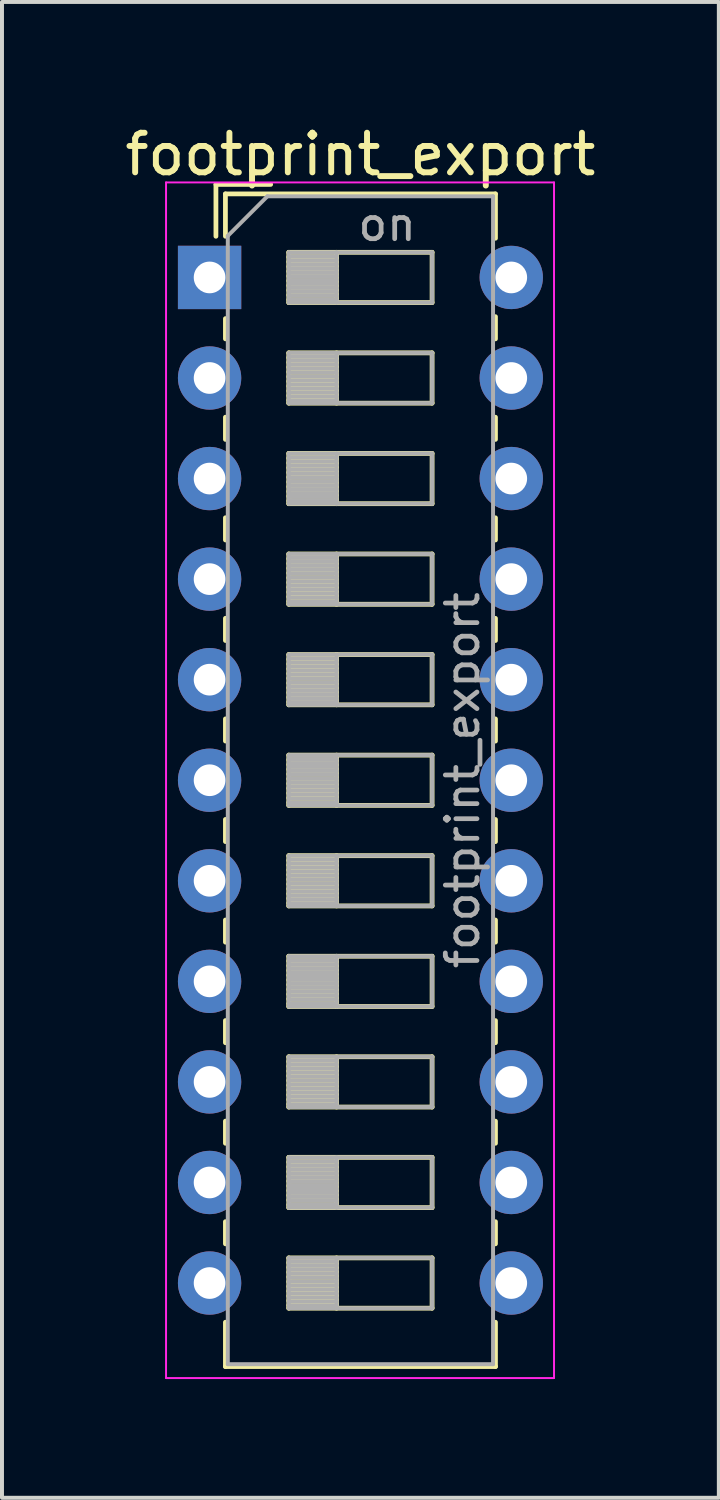
<source format=kicad_pcb>
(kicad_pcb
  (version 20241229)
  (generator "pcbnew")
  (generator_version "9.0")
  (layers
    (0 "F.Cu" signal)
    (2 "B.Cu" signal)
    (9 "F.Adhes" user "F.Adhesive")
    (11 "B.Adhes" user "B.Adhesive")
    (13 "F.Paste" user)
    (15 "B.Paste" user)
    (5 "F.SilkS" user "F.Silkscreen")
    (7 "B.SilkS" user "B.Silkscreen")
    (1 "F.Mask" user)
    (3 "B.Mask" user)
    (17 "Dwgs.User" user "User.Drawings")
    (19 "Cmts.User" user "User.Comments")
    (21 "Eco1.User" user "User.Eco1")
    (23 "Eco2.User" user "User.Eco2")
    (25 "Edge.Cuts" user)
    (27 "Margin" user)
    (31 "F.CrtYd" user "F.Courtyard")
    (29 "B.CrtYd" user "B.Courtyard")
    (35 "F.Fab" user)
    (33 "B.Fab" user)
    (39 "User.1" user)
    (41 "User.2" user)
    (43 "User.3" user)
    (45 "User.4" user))
  (footprint "footprint_export"
    (layer "F.Cu")
    (at 2.244 3.958)
    (property "Reference" "footprint_export" (at 3.81 -3.11 0) (layer "F.SilkS") (effects (font (size 1 1) (thickness 0.15))))
    (attr through_hole)
    (fp_line (start 0.16 -2.35) (end 0.16 -1.04) (stroke (width 0.12) (type solid)) (layer "F.SilkS"))
    (fp_line (start 0.16 -2.35) (end 1.543 -2.35) (stroke (width 0.12) (type solid)) (layer "F.SilkS"))
    (fp_line (start 0.4 -2.11) (end 0.4 -1.04) (stroke (width 0.12) (type solid)) (layer "F.SilkS"))
    (fp_line (start 0.4 -2.11) (end 7.221 -2.11) (stroke (width 0.12) (type solid)) (layer "F.SilkS"))
    (fp_line (start 0.4 1.04) (end 0.4 1.551) (stroke (width 0.12) (type solid)) (layer "F.SilkS"))
    (fp_line (start 0.4 3.53) (end 0.4 4.091) (stroke (width 0.12) (type solid)) (layer "F.SilkS"))
    (fp_line (start 0.4 6.07) (end 0.4 6.631) (stroke (width 0.12) (type solid)) (layer "F.SilkS"))
    (fp_line (start 0.4 8.61) (end 0.4 9.17) (stroke (width 0.12) (type solid)) (layer "F.SilkS"))
    (fp_line (start 0.4 11.15) (end 0.4 11.71) (stroke (width 0.12) (type solid)) (layer "F.SilkS"))
    (fp_line (start 0.4 13.69) (end 0.4 14.25) (stroke (width 0.12) (type solid)) (layer "F.SilkS"))
    (fp_line (start 0.4 16.23) (end 0.4 16.79) (stroke (width 0.12) (type solid)) (layer "F.SilkS"))
    (fp_line (start 0.4 18.77) (end 0.4 19.33) (stroke (width 0.12) (type solid)) (layer "F.SilkS"))
    (fp_line (start 0.4 21.31) (end 0.4 21.87) (stroke (width 0.12) (type solid)) (layer "F.SilkS"))
    (fp_line (start 0.4 23.85) (end 0.4 24.41) (stroke (width 0.12) (type solid)) (layer "F.SilkS"))
    (fp_line (start 0.4 26.39) (end 0.4 27.51) (stroke (width 0.12) (type solid)) (layer "F.SilkS"))
    (fp_line (start 0.4 27.51) (end 7.221 27.51) (stroke (width 0.12) (type solid)) (layer "F.SilkS"))
    (fp_line (start 2 -0.635) (end 2 0.635) (stroke (width 0.12) (type solid)) (layer "F.SilkS"))
    (fp_line (start 2 -0.515) (end 3.207 -0.515) (stroke (width 0.12) (type solid)) (layer "F.SilkS"))
    (fp_line (start 2 -0.395) (end 3.207 -0.395) (stroke (width 0.12) (type solid)) (layer "F.SilkS"))
    (fp_line (start 2 -0.275) (end 3.207 -0.275) (stroke (width 0.12) (type solid)) (layer "F.SilkS"))
    (fp_line (start 2 -0.155) (end 3.207 -0.155) (stroke (width 0.12) (type solid)) (layer "F.SilkS"))
    (fp_line (start 2 -0.035) (end 3.207 -0.035) (stroke (width 0.12) (type solid)) (layer "F.SilkS"))
    (fp_line (start 2 0.085) (end 3.207 0.085) (stroke (width 0.12) (type solid)) (layer "F.SilkS"))
    (fp_line (start 2 0.205) (end 3.207 0.205) (stroke (width 0.12) (type solid)) (layer "F.SilkS"))
    (fp_line (start 2 0.325) (end 3.207 0.325) (stroke (width 0.12) (type solid)) (layer "F.SilkS"))
    (fp_line (start 2 0.445) (end 3.207 0.445) (stroke (width 0.12) (type solid)) (layer "F.SilkS"))
    (fp_line (start 2 0.565) (end 3.207 0.565) (stroke (width 0.12) (type solid)) (layer "F.SilkS"))
    (fp_line (start 2 0.635) (end 5.62 0.635) (stroke (width 0.12) (type solid)) (layer "F.SilkS"))
    (fp_line (start 2 1.905) (end 2 3.175) (stroke (width 0.12) (type solid)) (layer "F.SilkS"))
    (fp_line (start 2 2.025) (end 3.207 2.025) (stroke (width 0.12) (type solid)) (layer "F.SilkS"))
    (fp_line (start 2 2.145) (end 3.207 2.145) (stroke (width 0.12) (type solid)) (layer "F.SilkS"))
    (fp_line (start 2 2.265) (end 3.207 2.265) (stroke (width 0.12) (type solid)) (layer "F.SilkS"))
    (fp_line (start 2 2.385) (end 3.207 2.385) (stroke (width 0.12) (type solid)) (layer "F.SilkS"))
    (fp_line (start 2 2.505) (end 3.207 2.505) (stroke (width 0.12) (type solid)) (layer "F.SilkS"))
    (fp_line (start 2 2.625) (end 3.207 2.625) (stroke (width 0.12) (type solid)) (layer "F.SilkS"))
    (fp_line (start 2 2.745) (end 3.207 2.745) (stroke (width 0.12) (type solid)) (layer "F.SilkS"))
    (fp_line (start 2 2.865) (end 3.207 2.865) (stroke (width 0.12) (type solid)) (layer "F.SilkS"))
    (fp_line (start 2 2.985) (end 3.207 2.985) (stroke (width 0.12) (type solid)) (layer "F.SilkS"))
    (fp_line (start 2 3.105) (end 3.207 3.105) (stroke (width 0.12) (type solid)) (layer "F.SilkS"))
    (fp_line (start 2 3.175) (end 5.62 3.175) (stroke (width 0.12) (type solid)) (layer "F.SilkS"))
    (fp_line (start 2 4.445) (end 2 5.715) (stroke (width 0.12) (type solid)) (layer "F.SilkS"))
    (fp_line (start 2 4.565) (end 3.207 4.565) (stroke (width 0.12) (type solid)) (layer "F.SilkS"))
    (fp_line (start 2 4.685) (end 3.207 4.685) (stroke (width 0.12) (type solid)) (layer "F.SilkS"))
    (fp_line (start 2 4.805) (end 3.207 4.805) (stroke (width 0.12) (type solid)) (layer "F.SilkS"))
    (fp_line (start 2 4.925) (end 3.207 4.925) (stroke (width 0.12) (type solid)) (layer "F.SilkS"))
    (fp_line (start 2 5.045) (end 3.207 5.045) (stroke (width 0.12) (type solid)) (layer "F.SilkS"))
    (fp_line (start 2 5.165) (end 3.207 5.165) (stroke (width 0.12) (type solid)) (layer "F.SilkS"))
    (fp_line (start 2 5.285) (end 3.207 5.285) (stroke (width 0.12) (type solid)) (layer "F.SilkS"))
    (fp_line (start 2 5.405) (end 3.207 5.405) (stroke (width 0.12) (type solid)) (layer "F.SilkS"))
    (fp_line (start 2 5.525) (end 3.207 5.525) (stroke (width 0.12) (type solid)) (layer "F.SilkS"))
    (fp_line (start 2 5.645) (end 3.207 5.645) (stroke (width 0.12) (type solid)) (layer "F.SilkS"))
    (fp_line (start 2 5.715) (end 5.62 5.715) (stroke (width 0.12) (type solid)) (layer "F.SilkS"))
    (fp_line (start 2 6.985) (end 2 8.255) (stroke (width 0.12) (type solid)) (layer "F.SilkS"))
    (fp_line (start 2 7.105) (end 3.207 7.105) (stroke (width 0.12) (type solid)) (layer "F.SilkS"))
    (fp_line (start 2 7.225) (end 3.207 7.225) (stroke (width 0.12) (type solid)) (layer "F.SilkS"))
    (fp_line (start 2 7.345) (end 3.207 7.345) (stroke (width 0.12) (type solid)) (layer "F.SilkS"))
    (fp_line (start 2 7.465) (end 3.207 7.465) (stroke (width 0.12) (type solid)) (layer "F.SilkS"))
    (fp_line (start 2 7.585) (end 3.207 7.585) (stroke (width 0.12) (type solid)) (layer "F.SilkS"))
    (fp_line (start 2 7.705) (end 3.207 7.705) (stroke (width 0.12) (type solid)) (layer "F.SilkS"))
    (fp_line (start 2 7.825) (end 3.207 7.825) (stroke (width 0.12) (type solid)) (layer "F.SilkS"))
    (fp_line (start 2 7.945) (end 3.207 7.945) (stroke (width 0.12) (type solid)) (layer "F.SilkS"))
    (fp_line (start 2 8.065) (end 3.207 8.065) (stroke (width 0.12) (type solid)) (layer "F.SilkS"))
    (fp_line (start 2 8.185) (end 3.207 8.185) (stroke (width 0.12) (type solid)) (layer "F.SilkS"))
    (fp_line (start 2 8.255) (end 5.62 8.255) (stroke (width 0.12) (type solid)) (layer "F.SilkS"))
    (fp_line (start 2 9.525) (end 2 10.795) (stroke (width 0.12) (type solid)) (layer "F.SilkS"))
    (fp_line (start 2 9.645) (end 3.207 9.645) (stroke (width 0.12) (type solid)) (layer "F.SilkS"))
    (fp_line (start 2 9.765) (end 3.207 9.765) (stroke (width 0.12) (type solid)) (layer "F.SilkS"))
    (fp_line (start 2 9.885) (end 3.207 9.885) (stroke (width 0.12) (type solid)) (layer "F.SilkS"))
    (fp_line (start 2 10.005) (end 3.207 10.005) (stroke (width 0.12) (type solid)) (layer "F.SilkS"))
    (fp_line (start 2 10.125) (end 3.207 10.125) (stroke (width 0.12) (type solid)) (layer "F.SilkS"))
    (fp_line (start 2 10.245) (end 3.207 10.245) (stroke (width 0.12) (type solid)) (layer "F.SilkS"))
    (fp_line (start 2 10.365) (end 3.207 10.365) (stroke (width 0.12) (type solid)) (layer "F.SilkS"))
    (fp_line (start 2 10.485) (end 3.207 10.485) (stroke (width 0.12) (type solid)) (layer "F.SilkS"))
    (fp_line (start 2 10.605) (end 3.207 10.605) (stroke (width 0.12) (type solid)) (layer "F.SilkS"))
    (fp_line (start 2 10.725) (end 3.207 10.725) (stroke (width 0.12) (type solid)) (layer "F.SilkS"))
    (fp_line (start 2 10.795) (end 5.62 10.795) (stroke (width 0.12) (type solid)) (layer "F.SilkS"))
    (fp_line (start 2 12.065) (end 2 13.335) (stroke (width 0.12) (type solid)) (layer "F.SilkS"))
    (fp_line (start 2 12.185) (end 3.207 12.185) (stroke (width 0.12) (type solid)) (layer "F.SilkS"))
    (fp_line (start 2 12.305) (end 3.207 12.305) (stroke (width 0.12) (type solid)) (layer "F.SilkS"))
    (fp_line (start 2 12.425) (end 3.207 12.425) (stroke (width 0.12) (type solid)) (layer "F.SilkS"))
    (fp_line (start 2 12.545) (end 3.207 12.545) (stroke (width 0.12) (type solid)) (layer "F.SilkS"))
    (fp_line (start 2 12.665) (end 3.207 12.665) (stroke (width 0.12) (type solid)) (layer "F.SilkS"))
    (fp_line (start 2 12.785) (end 3.207 12.785) (stroke (width 0.12) (type solid)) (layer "F.SilkS"))
    (fp_line (start 2 12.905) (end 3.207 12.905) (stroke (width 0.12) (type solid)) (layer "F.SilkS"))
    (fp_line (start 2 13.025) (end 3.207 13.025) (stroke (width 0.12) (type solid)) (layer "F.SilkS"))
    (fp_line (start 2 13.145) (end 3.207 13.145) (stroke (width 0.12) (type solid)) (layer "F.SilkS"))
    (fp_line (start 2 13.265) (end 3.207 13.265) (stroke (width 0.12) (type solid)) (layer "F.SilkS"))
    (fp_line (start 2 13.335) (end 5.62 13.335) (stroke (width 0.12) (type solid)) (layer "F.SilkS"))
    (fp_line (start 2 14.605) (end 2 15.875) (stroke (width 0.12) (type solid)) (layer "F.SilkS"))
    (fp_line (start 2 14.725) (end 3.207 14.725) (stroke (width 0.12) (type solid)) (layer "F.SilkS"))
    (fp_line (start 2 14.845) (end 3.207 14.845) (stroke (width 0.12) (type solid)) (layer "F.SilkS"))
    (fp_line (start 2 14.965) (end 3.207 14.965) (stroke (width 0.12) (type solid)) (layer "F.SilkS"))
    (fp_line (start 2 15.085) (end 3.207 15.085) (stroke (width 0.12) (type solid)) (layer "F.SilkS"))
    (fp_line (start 2 15.205) (end 3.207 15.205) (stroke (width 0.12) (type solid)) (layer "F.SilkS"))
    (fp_line (start 2 15.325) (end 3.207 15.325) (stroke (width 0.12) (type solid)) (layer "F.SilkS"))
    (fp_line (start 2 15.445) (end 3.207 15.445) (stroke (width 0.12) (type solid)) (layer "F.SilkS"))
    (fp_line (start 2 15.565) (end 3.207 15.565) (stroke (width 0.12) (type solid)) (layer "F.SilkS"))
    (fp_line (start 2 15.685) (end 3.207 15.685) (stroke (width 0.12) (type solid)) (layer "F.SilkS"))
    (fp_line (start 2 15.805) (end 3.207 15.805) (stroke (width 0.12) (type solid)) (layer "F.SilkS"))
    (fp_line (start 2 15.875) (end 5.62 15.875) (stroke (width 0.12) (type solid)) (layer "F.SilkS"))
    (fp_line (start 2 17.145) (end 2 18.415) (stroke (width 0.12) (type solid)) (layer "F.SilkS"))
    (fp_line (start 2 17.265) (end 3.207 17.265) (stroke (width 0.12) (type solid)) (layer "F.SilkS"))
    (fp_line (start 2 17.385) (end 3.207 17.385) (stroke (width 0.12) (type solid)) (layer "F.SilkS"))
    (fp_line (start 2 17.505) (end 3.207 17.505) (stroke (width 0.12) (type solid)) (layer "F.SilkS"))
    (fp_line (start 2 17.625) (end 3.207 17.625) (stroke (width 0.12) (type solid)) (layer "F.SilkS"))
    (fp_line (start 2 17.745) (end 3.207 17.745) (stroke (width 0.12) (type solid)) (layer "F.SilkS"))
    (fp_line (start 2 17.865) (end 3.207 17.865) (stroke (width 0.12) (type solid)) (layer "F.SilkS"))
    (fp_line (start 2 17.985) (end 3.207 17.985) (stroke (width 0.12) (type solid)) (layer "F.SilkS"))
    (fp_line (start 2 18.105) (end 3.207 18.105) (stroke (width 0.12) (type solid)) (layer "F.SilkS"))
    (fp_line (start 2 18.225) (end 3.207 18.225) (stroke (width 0.12) (type solid)) (layer "F.SilkS"))
    (fp_line (start 2 18.345) (end 3.207 18.345) (stroke (width 0.12) (type solid)) (layer "F.SilkS"))
    (fp_line (start 2 18.415) (end 5.62 18.415) (stroke (width 0.12) (type solid)) (layer "F.SilkS"))
    (fp_line (start 2 19.685) (end 2 20.955) (stroke (width 0.12) (type solid)) (layer "F.SilkS"))
    (fp_line (start 2 19.805) (end 3.207 19.805) (stroke (width 0.12) (type solid)) (layer "F.SilkS"))
    (fp_line (start 2 19.925) (end 3.207 19.925) (stroke (width 0.12) (type solid)) (layer "F.SilkS"))
    (fp_line (start 2 20.045) (end 3.207 20.045) (stroke (width 0.12) (type solid)) (layer "F.SilkS"))
    (fp_line (start 2 20.165) (end 3.207 20.165) (stroke (width 0.12) (type solid)) (layer "F.SilkS"))
    (fp_line (start 2 20.285) (end 3.207 20.285) (stroke (width 0.12) (type solid)) (layer "F.SilkS"))
    (fp_line (start 2 20.405) (end 3.207 20.405) (stroke (width 0.12) (type solid)) (layer "F.SilkS"))
    (fp_line (start 2 20.525) (end 3.207 20.525) (stroke (width 0.12) (type solid)) (layer "F.SilkS"))
    (fp_line (start 2 20.645) (end 3.207 20.645) (stroke (width 0.12) (type solid)) (layer "F.SilkS"))
    (fp_line (start 2 20.765) (end 3.207 20.765) (stroke (width 0.12) (type solid)) (layer "F.SilkS"))
    (fp_line (start 2 20.885) (end 3.207 20.885) (stroke (width 0.12) (type solid)) (layer "F.SilkS"))
    (fp_line (start 2 20.955) (end 5.62 20.955) (stroke (width 0.12) (type solid)) (layer "F.SilkS"))
    (fp_line (start 2 22.225) (end 2 23.495) (stroke (width 0.12) (type solid)) (layer "F.SilkS"))
    (fp_line (start 2 22.345) (end 3.207 22.345) (stroke (width 0.12) (type solid)) (layer "F.SilkS"))
    (fp_line (start 2 22.465) (end 3.207 22.465) (stroke (width 0.12) (type solid)) (layer "F.SilkS"))
    (fp_line (start 2 22.585) (end 3.207 22.585) (stroke (width 0.12) (type solid)) (layer "F.SilkS"))
    (fp_line (start 2 22.705) (end 3.207 22.705) (stroke (width 0.12) (type solid)) (layer "F.SilkS"))
    (fp_line (start 2 22.825) (end 3.207 22.825) (stroke (width 0.12) (type solid)) (layer "F.SilkS"))
    (fp_line (start 2 22.945) (end 3.207 22.945) (stroke (width 0.12) (type solid)) (layer "F.SilkS"))
    (fp_line (start 2 23.065) (end 3.207 23.065) (stroke (width 0.12) (type solid)) (layer "F.SilkS"))
    (fp_line (start 2 23.185) (end 3.207 23.185) (stroke (width 0.12) (type solid)) (layer "F.SilkS"))
    (fp_line (start 2 23.305) (end 3.207 23.305) (stroke (width 0.12) (type solid)) (layer "F.SilkS"))
    (fp_line (start 2 23.425) (end 3.207 23.425) (stroke (width 0.12) (type solid)) (layer "F.SilkS"))
    (fp_line (start 2 23.495) (end 5.62 23.495) (stroke (width 0.12) (type solid)) (layer "F.SilkS"))
    (fp_line (start 2 24.765) (end 2 26.035) (stroke (width 0.12) (type solid)) (layer "F.SilkS"))
    (fp_line (start 2 24.885) (end 3.207 24.885) (stroke (width 0.12) (type solid)) (layer "F.SilkS"))
    (fp_line (start 2 25.005) (end 3.207 25.005) (stroke (width 0.12) (type solid)) (layer "F.SilkS"))
    (fp_line (start 2 25.125) (end 3.207 25.125) (stroke (width 0.12) (type solid)) (layer "F.SilkS"))
    (fp_line (start 2 25.245) (end 3.207 25.245) (stroke (width 0.12) (type solid)) (layer "F.SilkS"))
    (fp_line (start 2 25.365) (end 3.207 25.365) (stroke (width 0.12) (type solid)) (layer "F.SilkS"))
    (fp_line (start 2 25.485) (end 3.207 25.485) (stroke (width 0.12) (type solid)) (layer "F.SilkS"))
    (fp_line (start 2 25.605) (end 3.207 25.605) (stroke (width 0.12) (type solid)) (layer "F.SilkS"))
    (fp_line (start 2 25.725) (end 3.207 25.725) (stroke (width 0.12) (type solid)) (layer "F.SilkS"))
    (fp_line (start 2 25.845) (end 3.207 25.845) (stroke (width 0.12) (type solid)) (layer "F.SilkS"))
    (fp_line (start 2 25.965) (end 3.207 25.965) (stroke (width 0.12) (type solid)) (layer "F.SilkS"))
    (fp_line (start 2 26.035) (end 5.62 26.035) (stroke (width 0.12) (type solid)) (layer "F.SilkS"))
    (fp_line (start 3.207 -0.635) (end 3.207 0.635) (stroke (width 0.12) (type solid)) (layer "F.SilkS"))
    (fp_line (start 3.207 1.905) (end 3.207 3.175) (stroke (width 0.12) (type solid)) (layer "F.SilkS"))
    (fp_line (start 3.207 4.445) (end 3.207 5.715) (stroke (width 0.12) (type solid)) (layer "F.SilkS"))
    (fp_line (start 3.207 6.985) (end 3.207 8.255) (stroke (width 0.12) (type solid)) (layer "F.SilkS"))
    (fp_line (start 3.207 9.525) (end 3.207 10.795) (stroke (width 0.12) (type solid)) (layer "F.SilkS"))
    (fp_line (start 3.207 12.065) (end 3.207 13.335) (stroke (width 0.12) (type solid)) (layer "F.SilkS"))
    (fp_line (start 3.207 14.605) (end 3.207 15.875) (stroke (width 0.12) (type solid)) (layer "F.SilkS"))
    (fp_line (start 3.207 17.145) (end 3.207 18.415) (stroke (width 0.12) (type solid)) (layer "F.SilkS"))
    (fp_line (start 3.207 19.685) (end 3.207 20.955) (stroke (width 0.12) (type solid)) (layer "F.SilkS"))
    (fp_line (start 3.207 22.225) (end 3.207 23.495) (stroke (width 0.12) (type solid)) (layer "F.SilkS"))
    (fp_line (start 3.207 24.765) (end 3.207 26.035) (stroke (width 0.12) (type solid)) (layer "F.SilkS"))
    (fp_line (start 5.62 -0.635) (end 2 -0.635) (stroke (width 0.12) (type solid)) (layer "F.SilkS"))
    (fp_line (start 5.62 0.635) (end 5.62 -0.635) (stroke (width 0.12) (type solid)) (layer "F.SilkS"))
    (fp_line (start 5.62 1.905) (end 2 1.905) (stroke (width 0.12) (type solid)) (layer "F.SilkS"))
    (fp_line (start 5.62 3.175) (end 5.62 1.905) (stroke (width 0.12) (type solid)) (layer "F.SilkS"))
    (fp_line (start 5.62 4.445) (end 2 4.445) (stroke (width 0.12) (type solid)) (layer "F.SilkS"))
    (fp_line (start 5.62 5.715) (end 5.62 4.445) (stroke (width 0.12) (type solid)) (layer "F.SilkS"))
    (fp_line (start 5.62 6.985) (end 2 6.985) (stroke (width 0.12) (type solid)) (layer "F.SilkS"))
    (fp_line (start 5.62 8.255) (end 5.62 6.985) (stroke (width 0.12) (type solid)) (layer "F.SilkS"))
    (fp_line (start 5.62 9.525) (end 2 9.525) (stroke (width 0.12) (type solid)) (layer "F.SilkS"))
    (fp_line (start 5.62 10.795) (end 5.62 9.525) (stroke (width 0.12) (type solid)) (layer "F.SilkS"))
    (fp_line (start 5.62 12.065) (end 2 12.065) (stroke (width 0.12) (type solid)) (layer "F.SilkS"))
    (fp_line (start 5.62 13.335) (end 5.62 12.065) (stroke (width 0.12) (type solid)) (layer "F.SilkS"))
    (fp_line (start 5.62 14.605) (end 2 14.605) (stroke (width 0.12) (type solid)) (layer "F.SilkS"))
    (fp_line (start 5.62 15.875) (end 5.62 14.605) (stroke (width 0.12) (type solid)) (layer "F.SilkS"))
    (fp_line (start 5.62 17.145) (end 2 17.145) (stroke (width 0.12) (type solid)) (layer "F.SilkS"))
    (fp_line (start 5.62 18.415) (end 5.62 17.145) (stroke (width 0.12) (type solid)) (layer "F.SilkS"))
    (fp_line (start 5.62 19.685) (end 2 19.685) (stroke (width 0.12) (type solid)) (layer "F.SilkS"))
    (fp_line (start 5.62 20.955) (end 5.62 19.685) (stroke (width 0.12) (type solid)) (layer "F.SilkS"))
    (fp_line (start 5.62 22.225) (end 2 22.225) (stroke (width 0.12) (type solid)) (layer "F.SilkS"))
    (fp_line (start 5.62 23.495) (end 5.62 22.225) (stroke (width 0.12) (type solid)) (layer "F.SilkS"))
    (fp_line (start 5.62 24.765) (end 2 24.765) (stroke (width 0.12) (type solid)) (layer "F.SilkS"))
    (fp_line (start 5.62 26.035) (end 5.62 24.765) (stroke (width 0.12) (type solid)) (layer "F.SilkS"))
    (fp_line (start 7.221 -2.11) (end 7.221 -0.99) (stroke (width 0.12) (type solid)) (layer "F.SilkS"))
    (fp_line (start 7.221 0.991) (end 7.221 1.551) (stroke (width 0.12) (type solid)) (layer "F.SilkS"))
    (fp_line (start 7.221 3.531) (end 7.221 4.091) (stroke (width 0.12) (type solid)) (layer "F.SilkS"))
    (fp_line (start 7.221 6.071) (end 7.221 6.631) (stroke (width 0.12) (type solid)) (layer "F.SilkS"))
    (fp_line (start 7.221 8.611) (end 7.221 9.171) (stroke (width 0.12) (type solid)) (layer "F.SilkS"))
    (fp_line (start 7.221 11.151) (end 7.221 11.711) (stroke (width 0.12) (type solid)) (layer "F.SilkS"))
    (fp_line (start 7.221 13.691) (end 7.221 14.251) (stroke (width 0.12) (type solid)) (layer "F.SilkS"))
    (fp_line (start 7.221 16.231) (end 7.221 16.79) (stroke (width 0.12) (type solid)) (layer "F.SilkS"))
    (fp_line (start 7.221 18.771) (end 7.221 19.33) (stroke (width 0.12) (type solid)) (layer "F.SilkS"))
    (fp_line (start 7.221 21.311) (end 7.221 21.87) (stroke (width 0.12) (type solid)) (layer "F.SilkS"))
    (fp_line (start 7.221 23.85) (end 7.221 24.41) (stroke (width 0.12) (type solid)) (layer "F.SilkS"))
    (fp_line (start 7.221 26.39) (end 7.221 27.51) (stroke (width 0.12) (type solid)) (layer "F.SilkS"))
    (fp_line (start -1.1 -2.4) (end -1.1 27.8) (stroke (width 0.05) (type solid)) (layer "F.CrtYd"))
    (fp_line (start -1.1 27.8) (end 8.7 27.8) (stroke (width 0.05) (type solid)) (layer "F.CrtYd"))
    (fp_line (start 8.7 -2.4) (end -1.1 -2.4) (stroke (width 0.05) (type solid)) (layer "F.CrtYd"))
    (fp_line (start 8.7 27.8) (end 8.7 -2.4) (stroke (width 0.05) (type solid)) (layer "F.CrtYd"))
    (fp_line (start 0.46 -1.05) (end 1.46 -2.05) (stroke (width 0.1) (type solid)) (layer "F.Fab"))
    (fp_line (start 0.46 27.45) (end 0.46 -1.05) (stroke (width 0.1) (type solid)) (layer "F.Fab"))
    (fp_line (start 1.46 -2.05) (end 7.16 -2.05) (stroke (width 0.1) (type solid)) (layer "F.Fab"))
    (fp_line (start 2 -0.635) (end 2 0.635) (stroke (width 0.1) (type solid)) (layer "F.Fab"))
    (fp_line (start 2 -0.535) (end 3.207 -0.535) (stroke (width 0.1) (type solid)) (layer "F.Fab"))
    (fp_line (start 2 -0.435) (end 3.207 -0.435) (stroke (width 0.1) (type solid)) (layer "F.Fab"))
    (fp_line (start 2 -0.335) (end 3.207 -0.335) (stroke (width 0.1) (type solid)) (layer "F.Fab"))
    (fp_line (start 2 -0.235) (end 3.207 -0.235) (stroke (width 0.1) (type solid)) (layer "F.Fab"))
    (fp_line (start 2 -0.135) (end 3.207 -0.135) (stroke (width 0.1) (type solid)) (layer "F.Fab"))
    (fp_line (start 2 -0.035) (end 3.207 -0.035) (stroke (width 0.1) (type solid)) (layer "F.Fab"))
    (fp_line (start 2 0.065) (end 3.207 0.065) (stroke (width 0.1) (type solid)) (layer "F.Fab"))
    (fp_line (start 2 0.165) (end 3.207 0.165) (stroke (width 0.1) (type solid)) (layer "F.Fab"))
    (fp_line (start 2 0.265) (end 3.207 0.265) (stroke (width 0.1) (type solid)) (layer "F.Fab"))
    (fp_line (start 2 0.365) (end 3.207 0.365) (stroke (width 0.1) (type solid)) (layer "F.Fab"))
    (fp_line (start 2 0.465) (end 3.207 0.465) (stroke (width 0.1) (type solid)) (layer "F.Fab"))
    (fp_line (start 2 0.565) (end 3.207 0.565) (stroke (width 0.1) (type solid)) (layer "F.Fab"))
    (fp_line (start 2 0.635) (end 5.62 0.635) (stroke (width 0.1) (type solid)) (layer "F.Fab"))
    (fp_line (start 2 1.905) (end 2 3.175) (stroke (width 0.1) (type solid)) (layer "F.Fab"))
    (fp_line (start 2 2.005) (end 3.207 2.005) (stroke (width 0.1) (type solid)) (layer "F.Fab"))
    (fp_line (start 2 2.105) (end 3.207 2.105) (stroke (width 0.1) (type solid)) (layer "F.Fab"))
    (fp_line (start 2 2.205) (end 3.207 2.205) (stroke (width 0.1) (type solid)) (layer "F.Fab"))
    (fp_line (start 2 2.305) (end 3.207 2.305) (stroke (width 0.1) (type solid)) (layer "F.Fab"))
    (fp_line (start 2 2.405) (end 3.207 2.405) (stroke (width 0.1) (type solid)) (layer "F.Fab"))
    (fp_line (start 2 2.505) (end 3.207 2.505) (stroke (width 0.1) (type solid)) (layer "F.Fab"))
    (fp_line (start 2 2.605) (end 3.207 2.605) (stroke (width 0.1) (type solid)) (layer "F.Fab"))
    (fp_line (start 2 2.705) (end 3.207 2.705) (stroke (width 0.1) (type solid)) (layer "F.Fab"))
    (fp_line (start 2 2.805) (end 3.207 2.805) (stroke (width 0.1) (type solid)) (layer "F.Fab"))
    (fp_line (start 2 2.905) (end 3.207 2.905) (stroke (width 0.1) (type solid)) (layer "F.Fab"))
    (fp_line (start 2 3.005) (end 3.207 3.005) (stroke (width 0.1) (type solid)) (layer "F.Fab"))
    (fp_line (start 2 3.105) (end 3.207 3.105) (stroke (width 0.1) (type solid)) (layer "F.Fab"))
    (fp_line (start 2 3.175) (end 5.62 3.175) (stroke (width 0.1) (type solid)) (layer "F.Fab"))
    (fp_line (start 2 4.445) (end 2 5.715) (stroke (width 0.1) (type solid)) (layer "F.Fab"))
    (fp_line (start 2 4.545) (end 3.207 4.545) (stroke (width 0.1) (type solid)) (layer "F.Fab"))
    (fp_line (start 2 4.645) (end 3.207 4.645) (stroke (width 0.1) (type solid)) (layer "F.Fab"))
    (fp_line (start 2 4.745) (end 3.207 4.745) (stroke (width 0.1) (type solid)) (layer "F.Fab"))
    (fp_line (start 2 4.845) (end 3.207 4.845) (stroke (width 0.1) (type solid)) (layer "F.Fab"))
    (fp_line (start 2 4.945) (end 3.207 4.945) (stroke (width 0.1) (type solid)) (layer "F.Fab"))
    (fp_line (start 2 5.045) (end 3.207 5.045) (stroke (width 0.1) (type solid)) (layer "F.Fab"))
    (fp_line (start 2 5.145) (end 3.207 5.145) (stroke (width 0.1) (type solid)) (layer "F.Fab"))
    (fp_line (start 2 5.245) (end 3.207 5.245) (stroke (width 0.1) (type solid)) (layer "F.Fab"))
    (fp_line (start 2 5.345) (end 3.207 5.345) (stroke (width 0.1) (type solid)) (layer "F.Fab"))
    (fp_line (start 2 5.445) (end 3.207 5.445) (stroke (width 0.1) (type solid)) (layer "F.Fab"))
    (fp_line (start 2 5.545) (end 3.207 5.545) (stroke (width 0.1) (type solid)) (layer "F.Fab"))
    (fp_line (start 2 5.645) (end 3.207 5.645) (stroke (width 0.1) (type solid)) (layer "F.Fab"))
    (fp_line (start 2 5.715) (end 5.62 5.715) (stroke (width 0.1) (type solid)) (layer "F.Fab"))
    (fp_line (start 2 6.985) (end 2 8.255) (stroke (width 0.1) (type solid)) (layer "F.Fab"))
    (fp_line (start 2 7.085) (end 3.207 7.085) (stroke (width 0.1) (type solid)) (layer "F.Fab"))
    (fp_line (start 2 7.185) (end 3.207 7.185) (stroke (width 0.1) (type solid)) (layer "F.Fab"))
    (fp_line (start 2 7.285) (end 3.207 7.285) (stroke (width 0.1) (type solid)) (layer "F.Fab"))
    (fp_line (start 2 7.385) (end 3.207 7.385) (stroke (width 0.1) (type solid)) (layer "F.Fab"))
    (fp_line (start 2 7.485) (end 3.207 7.485) (stroke (width 0.1) (type solid)) (layer "F.Fab"))
    (fp_line (start 2 7.585) (end 3.207 7.585) (stroke (width 0.1) (type solid)) (layer "F.Fab"))
    (fp_line (start 2 7.685) (end 3.207 7.685) (stroke (width 0.1) (type solid)) (layer "F.Fab"))
    (fp_line (start 2 7.785) (end 3.207 7.785) (stroke (width 0.1) (type solid)) (layer "F.Fab"))
    (fp_line (start 2 7.885) (end 3.207 7.885) (stroke (width 0.1) (type solid)) (layer "F.Fab"))
    (fp_line (start 2 7.985) (end 3.207 7.985) (stroke (width 0.1) (type solid)) (layer "F.Fab"))
    (fp_line (start 2 8.085) (end 3.207 8.085) (stroke (width 0.1) (type solid)) (layer "F.Fab"))
    (fp_line (start 2 8.185) (end 3.207 8.185) (stroke (width 0.1) (type solid)) (layer "F.Fab"))
    (fp_line (start 2 8.255) (end 5.62 8.255) (stroke (width 0.1) (type solid)) (layer "F.Fab"))
    (fp_line (start 2 9.525) (end 2 10.795) (stroke (width 0.1) (type solid)) (layer "F.Fab"))
    (fp_line (start 2 9.625) (end 3.207 9.625) (stroke (width 0.1) (type solid)) (layer "F.Fab"))
    (fp_line (start 2 9.725) (end 3.207 9.725) (stroke (width 0.1) (type solid)) (layer "F.Fab"))
    (fp_line (start 2 9.825) (end 3.207 9.825) (stroke (width 0.1) (type solid)) (layer "F.Fab"))
    (fp_line (start 2 9.925) (end 3.207 9.925) (stroke (width 0.1) (type solid)) (layer "F.Fab"))
    (fp_line (start 2 10.025) (end 3.207 10.025) (stroke (width 0.1) (type solid)) (layer "F.Fab"))
    (fp_line (start 2 10.125) (end 3.207 10.125) (stroke (width 0.1) (type solid)) (layer "F.Fab"))
    (fp_line (start 2 10.225) (end 3.207 10.225) (stroke (width 0.1) (type solid)) (layer "F.Fab"))
    (fp_line (start 2 10.325) (end 3.207 10.325) (stroke (width 0.1) (type solid)) (layer "F.Fab"))
    (fp_line (start 2 10.425) (end 3.207 10.425) (stroke (width 0.1) (type solid)) (layer "F.Fab"))
    (fp_line (start 2 10.525) (end 3.207 10.525) (stroke (width 0.1) (type solid)) (layer "F.Fab"))
    (fp_line (start 2 10.625) (end 3.207 10.625) (stroke (width 0.1) (type solid)) (layer "F.Fab"))
    (fp_line (start 2 10.725) (end 3.207 10.725) (stroke (width 0.1) (type solid)) (layer "F.Fab"))
    (fp_line (start 2 10.795) (end 5.62 10.795) (stroke (width 0.1) (type solid)) (layer "F.Fab"))
    (fp_line (start 2 12.065) (end 2 13.335) (stroke (width 0.1) (type solid)) (layer "F.Fab"))
    (fp_line (start 2 12.165) (end 3.207 12.165) (stroke (width 0.1) (type solid)) (layer "F.Fab"))
    (fp_line (start 2 12.265) (end 3.207 12.265) (stroke (width 0.1) (type solid)) (layer "F.Fab"))
    (fp_line (start 2 12.365) (end 3.207 12.365) (stroke (width 0.1) (type solid)) (layer "F.Fab"))
    (fp_line (start 2 12.465) (end 3.207 12.465) (stroke (width 0.1) (type solid)) (layer "F.Fab"))
    (fp_line (start 2 12.565) (end 3.207 12.565) (stroke (width 0.1) (type solid)) (layer "F.Fab"))
    (fp_line (start 2 12.665) (end 3.207 12.665) (stroke (width 0.1) (type solid)) (layer "F.Fab"))
    (fp_line (start 2 12.765) (end 3.207 12.765) (stroke (width 0.1) (type solid)) (layer "F.Fab"))
    (fp_line (start 2 12.865) (end 3.207 12.865) (stroke (width 0.1) (type solid)) (layer "F.Fab"))
    (fp_line (start 2 12.965) (end 3.207 12.965) (stroke (width 0.1) (type solid)) (layer "F.Fab"))
    (fp_line (start 2 13.065) (end 3.207 13.065) (stroke (width 0.1) (type solid)) (layer "F.Fab"))
    (fp_line (start 2 13.165) (end 3.207 13.165) (stroke (width 0.1) (type solid)) (layer "F.Fab"))
    (fp_line (start 2 13.265) (end 3.207 13.265) (stroke (width 0.1) (type solid)) (layer "F.Fab"))
    (fp_line (start 2 13.335) (end 5.62 13.335) (stroke (width 0.1) (type solid)) (layer "F.Fab"))
    (fp_line (start 2 14.605) (end 2 15.875) (stroke (width 0.1) (type solid)) (layer "F.Fab"))
    (fp_line (start 2 14.705) (end 3.207 14.705) (stroke (width 0.1) (type solid)) (layer "F.Fab"))
    (fp_line (start 2 14.805) (end 3.207 14.805) (stroke (width 0.1) (type solid)) (layer "F.Fab"))
    (fp_line (start 2 14.905) (end 3.207 14.905) (stroke (width 0.1) (type solid)) (layer "F.Fab"))
    (fp_line (start 2 15.005) (end 3.207 15.005) (stroke (width 0.1) (type solid)) (layer "F.Fab"))
    (fp_line (start 2 15.105) (end 3.207 15.105) (stroke (width 0.1) (type solid)) (layer "F.Fab"))
    (fp_line (start 2 15.205) (end 3.207 15.205) (stroke (width 0.1) (type solid)) (layer "F.Fab"))
    (fp_line (start 2 15.305) (end 3.207 15.305) (stroke (width 0.1) (type solid)) (layer "F.Fab"))
    (fp_line (start 2 15.405) (end 3.207 15.405) (stroke (width 0.1) (type solid)) (layer "F.Fab"))
    (fp_line (start 2 15.505) (end 3.207 15.505) (stroke (width 0.1) (type solid)) (layer "F.Fab"))
    (fp_line (start 2 15.605) (end 3.207 15.605) (stroke (width 0.1) (type solid)) (layer "F.Fab"))
    (fp_line (start 2 15.705) (end 3.207 15.705) (stroke (width 0.1) (type solid)) (layer "F.Fab"))
    (fp_line (start 2 15.805) (end 3.207 15.805) (stroke (width 0.1) (type solid)) (layer "F.Fab"))
    (fp_line (start 2 15.875) (end 5.62 15.875) (stroke (width 0.1) (type solid)) (layer "F.Fab"))
    (fp_line (start 2 17.145) (end 2 18.415) (stroke (width 0.1) (type solid)) (layer "F.Fab"))
    (fp_line (start 2 17.245) (end 3.207 17.245) (stroke (width 0.1) (type solid)) (layer "F.Fab"))
    (fp_line (start 2 17.345) (end 3.207 17.345) (stroke (width 0.1) (type solid)) (layer "F.Fab"))
    (fp_line (start 2 17.445) (end 3.207 17.445) (stroke (width 0.1) (type solid)) (layer "F.Fab"))
    (fp_line (start 2 17.545) (end 3.207 17.545) (stroke (width 0.1) (type solid)) (layer "F.Fab"))
    (fp_line (start 2 17.645) (end 3.207 17.645) (stroke (width 0.1) (type solid)) (layer "F.Fab"))
    (fp_line (start 2 17.745) (end 3.207 17.745) (stroke (width 0.1) (type solid)) (layer "F.Fab"))
    (fp_line (start 2 17.845) (end 3.207 17.845) (stroke (width 0.1) (type solid)) (layer "F.Fab"))
    (fp_line (start 2 17.945) (end 3.207 17.945) (stroke (width 0.1) (type solid)) (layer "F.Fab"))
    (fp_line (start 2 18.045) (end 3.207 18.045) (stroke (width 0.1) (type solid)) (layer "F.Fab"))
    (fp_line (start 2 18.145) (end 3.207 18.145) (stroke (width 0.1) (type solid)) (layer "F.Fab"))
    (fp_line (start 2 18.245) (end 3.207 18.245) (stroke (width 0.1) (type solid)) (layer "F.Fab"))
    (fp_line (start 2 18.345) (end 3.207 18.345) (stroke (width 0.1) (type solid)) (layer "F.Fab"))
    (fp_line (start 2 18.415) (end 5.62 18.415) (stroke (width 0.1) (type solid)) (layer "F.Fab"))
    (fp_line (start 2 19.685) (end 2 20.955) (stroke (width 0.1) (type solid)) (layer "F.Fab"))
    (fp_line (start 2 19.785) (end 3.207 19.785) (stroke (width 0.1) (type solid)) (layer "F.Fab"))
    (fp_line (start 2 19.885) (end 3.207 19.885) (stroke (width 0.1) (type solid)) (layer "F.Fab"))
    (fp_line (start 2 19.985) (end 3.207 19.985) (stroke (width 0.1) (type solid)) (layer "F.Fab"))
    (fp_line (start 2 20.085) (end 3.207 20.085) (stroke (width 0.1) (type solid)) (layer "F.Fab"))
    (fp_line (start 2 20.185) (end 3.207 20.185) (stroke (width 0.1) (type solid)) (layer "F.Fab"))
    (fp_line (start 2 20.285) (end 3.207 20.285) (stroke (width 0.1) (type solid)) (layer "F.Fab"))
    (fp_line (start 2 20.385) (end 3.207 20.385) (stroke (width 0.1) (type solid)) (layer "F.Fab"))
    (fp_line (start 2 20.485) (end 3.207 20.485) (stroke (width 0.1) (type solid)) (layer "F.Fab"))
    (fp_line (start 2 20.585) (end 3.207 20.585) (stroke (width 0.1) (type solid)) (layer "F.Fab"))
    (fp_line (start 2 20.685) (end 3.207 20.685) (stroke (width 0.1) (type solid)) (layer "F.Fab"))
    (fp_line (start 2 20.785) (end 3.207 20.785) (stroke (width 0.1) (type solid)) (layer "F.Fab"))
    (fp_line (start 2 20.885) (end 3.207 20.885) (stroke (width 0.1) (type solid)) (layer "F.Fab"))
    (fp_line (start 2 20.955) (end 5.62 20.955) (stroke (width 0.1) (type solid)) (layer "F.Fab"))
    (fp_line (start 2 22.225) (end 2 23.495) (stroke (width 0.1) (type solid)) (layer "F.Fab"))
    (fp_line (start 2 22.325) (end 3.207 22.325) (stroke (width 0.1) (type solid)) (layer "F.Fab"))
    (fp_line (start 2 22.425) (end 3.207 22.425) (stroke (width 0.1) (type solid)) (layer "F.Fab"))
    (fp_line (start 2 22.525) (end 3.207 22.525) (stroke (width 0.1) (type solid)) (layer "F.Fab"))
    (fp_line (start 2 22.625) (end 3.207 22.625) (stroke (width 0.1) (type solid)) (layer "F.Fab"))
    (fp_line (start 2 22.725) (end 3.207 22.725) (stroke (width 0.1) (type solid)) (layer "F.Fab"))
    (fp_line (start 2 22.825) (end 3.207 22.825) (stroke (width 0.1) (type solid)) (layer "F.Fab"))
    (fp_line (start 2 22.925) (end 3.207 22.925) (stroke (width 0.1) (type solid)) (layer "F.Fab"))
    (fp_line (start 2 23.025) (end 3.207 23.025) (stroke (width 0.1) (type solid)) (layer "F.Fab"))
    (fp_line (start 2 23.125) (end 3.207 23.125) (stroke (width 0.1) (type solid)) (layer "F.Fab"))
    (fp_line (start 2 23.225) (end 3.207 23.225) (stroke (width 0.1) (type solid)) (layer "F.Fab"))
    (fp_line (start 2 23.325) (end 3.207 23.325) (stroke (width 0.1) (type solid)) (layer "F.Fab"))
    (fp_line (start 2 23.425) (end 3.207 23.425) (stroke (width 0.1) (type solid)) (layer "F.Fab"))
    (fp_line (start 2 23.495) (end 5.62 23.495) (stroke (width 0.1) (type solid)) (layer "F.Fab"))
    (fp_line (start 2 24.765) (end 2 26.035) (stroke (width 0.1) (type solid)) (layer "F.Fab"))
    (fp_line (start 2 24.865) (end 3.207 24.865) (stroke (width 0.1) (type solid)) (layer "F.Fab"))
    (fp_line (start 2 24.965) (end 3.207 24.965) (stroke (width 0.1) (type solid)) (layer "F.Fab"))
    (fp_line (start 2 25.065) (end 3.207 25.065) (stroke (width 0.1) (type solid)) (layer "F.Fab"))
    (fp_line (start 2 25.165) (end 3.207 25.165) (stroke (width 0.1) (type solid)) (layer "F.Fab"))
    (fp_line (start 2 25.265) (end 3.207 25.265) (stroke (width 0.1) (type solid)) (layer "F.Fab"))
    (fp_line (start 2 25.365) (end 3.207 25.365) (stroke (width 0.1) (type solid)) (layer "F.Fab"))
    (fp_line (start 2 25.465) (end 3.207 25.465) (stroke (width 0.1) (type solid)) (layer "F.Fab"))
    (fp_line (start 2 25.565) (end 3.207 25.565) (stroke (width 0.1) (type solid)) (layer "F.Fab"))
    (fp_line (start 2 25.665) (end 3.207 25.665) (stroke (width 0.1) (type solid)) (layer "F.Fab"))
    (fp_line (start 2 25.765) (end 3.207 25.765) (stroke (width 0.1) (type solid)) (layer "F.Fab"))
    (fp_line (start 2 25.865) (end 3.207 25.865) (stroke (width 0.1) (type solid)) (layer "F.Fab"))
    (fp_line (start 2 25.965) (end 3.207 25.965) (stroke (width 0.1) (type solid)) (layer "F.Fab"))
    (fp_line (start 2 26.035) (end 5.62 26.035) (stroke (width 0.1) (type solid)) (layer "F.Fab"))
    (fp_line (start 3.207 -0.635) (end 3.207 0.635) (stroke (width 0.1) (type solid)) (layer "F.Fab"))
    (fp_line (start 3.207 1.905) (end 3.207 3.175) (stroke (width 0.1) (type solid)) (layer "F.Fab"))
    (fp_line (start 3.207 4.445) (end 3.207 5.715) (stroke (width 0.1) (type solid)) (layer "F.Fab"))
    (fp_line (start 3.207 6.985) (end 3.207 8.255) (stroke (width 0.1) (type solid)) (layer "F.Fab"))
    (fp_line (start 3.207 9.525) (end 3.207 10.795) (stroke (width 0.1) (type solid)) (layer "F.Fab"))
    (fp_line (start 3.207 12.065) (end 3.207 13.335) (stroke (width 0.1) (type solid)) (layer "F.Fab"))
    (fp_line (start 3.207 14.605) (end 3.207 15.875) (stroke (width 0.1) (type solid)) (layer "F.Fab"))
    (fp_line (start 3.207 17.145) (end 3.207 18.415) (stroke (width 0.1) (type solid)) (layer "F.Fab"))
    (fp_line (start 3.207 19.685) (end 3.207 20.955) (stroke (width 0.1) (type solid)) (layer "F.Fab"))
    (fp_line (start 3.207 22.225) (end 3.207 23.495) (stroke (width 0.1) (type solid)) (layer "F.Fab"))
    (fp_line (start 3.207 24.765) (end 3.207 26.035) (stroke (width 0.1) (type solid)) (layer "F.Fab"))
    (fp_line (start 5.62 -0.635) (end 2 -0.635) (stroke (width 0.1) (type solid)) (layer "F.Fab"))
    (fp_line (start 5.62 0.635) (end 5.62 -0.635) (stroke (width 0.1) (type solid)) (layer "F.Fab"))
    (fp_line (start 5.62 1.905) (end 2 1.905) (stroke (width 0.1) (type solid)) (layer "F.Fab"))
    (fp_line (start 5.62 3.175) (end 5.62 1.905) (stroke (width 0.1) (type solid)) (layer "F.Fab"))
    (fp_line (start 5.62 4.445) (end 2 4.445) (stroke (width 0.1) (type solid)) (layer "F.Fab"))
    (fp_line (start 5.62 5.715) (end 5.62 4.445) (stroke (width 0.1) (type solid)) (layer "F.Fab"))
    (fp_line (start 5.62 6.985) (end 2 6.985) (stroke (width 0.1) (type solid)) (layer "F.Fab"))
    (fp_line (start 5.62 8.255) (end 5.62 6.985) (stroke (width 0.1) (type solid)) (layer "F.Fab"))
    (fp_line (start 5.62 9.525) (end 2 9.525) (stroke (width 0.1) (type solid)) (layer "F.Fab"))
    (fp_line (start 5.62 10.795) (end 5.62 9.525) (stroke (width 0.1) (type solid)) (layer "F.Fab"))
    (fp_line (start 5.62 12.065) (end 2 12.065) (stroke (width 0.1) (type solid)) (layer "F.Fab"))
    (fp_line (start 5.62 13.335) (end 5.62 12.065) (stroke (width 0.1) (type solid)) (layer "F.Fab"))
    (fp_line (start 5.62 14.605) (end 2 14.605) (stroke (width 0.1) (type solid)) (layer "F.Fab"))
    (fp_line (start 5.62 15.875) (end 5.62 14.605) (stroke (width 0.1) (type solid)) (layer "F.Fab"))
    (fp_line (start 5.62 17.145) (end 2 17.145) (stroke (width 0.1) (type solid)) (layer "F.Fab"))
    (fp_line (start 5.62 18.415) (end 5.62 17.145) (stroke (width 0.1) (type solid)) (layer "F.Fab"))
    (fp_line (start 5.62 19.685) (end 2 19.685) (stroke (width 0.1) (type solid)) (layer "F.Fab"))
    (fp_line (start 5.62 20.955) (end 5.62 19.685) (stroke (width 0.1) (type solid)) (layer "F.Fab"))
    (fp_line (start 5.62 22.225) (end 2 22.225) (stroke (width 0.1) (type solid)) (layer "F.Fab"))
    (fp_line (start 5.62 23.495) (end 5.62 22.225) (stroke (width 0.1) (type solid)) (layer "F.Fab"))
    (fp_line (start 5.62 24.765) (end 2 24.765) (stroke (width 0.1) (type solid)) (layer "F.Fab"))
    (fp_line (start 5.62 26.035) (end 5.62 24.765) (stroke (width 0.1) (type solid)) (layer "F.Fab"))
    (fp_line (start 7.16 -2.05) (end 7.16 27.45) (stroke (width 0.1) (type solid)) (layer "F.Fab"))
    (fp_line (start 7.16 27.45) (end 0.46 27.45) (stroke (width 0.1) (type solid)) (layer "F.Fab"))
    (fp_text user "on" (at 4.485 -1.343 0) (layer "F.Fab") (effects (font (size 0.8 0.8) (thickness 0.12))))
    (fp_text user "${REFERENCE}" (at 6.39 12.7 90) (layer "F.Fab") (effects (font (size 0.8 0.8) (thickness 0.12))))
    (pad "1" thru_hole rect (at 0 0) (size 1.6 1.6) (drill 0.8) (layers "*.Cu" "*.Mask"))
    (pad "2" thru_hole oval (at 0 2.54) (size 1.6 1.6) (drill 0.8) (layers "*.Cu" "*.Mask"))
    (pad "3" thru_hole oval (at 0 5.08) (size 1.6 1.6) (drill 0.8) (layers "*.Cu" "*.Mask"))
    (pad "4" thru_hole oval (at 0 7.62) (size 1.6 1.6) (drill 0.8) (layers "*.Cu" "*.Mask"))
    (pad "5" thru_hole oval (at 0 10.16) (size 1.6 1.6) (drill 0.8) (layers "*.Cu" "*.Mask"))
    (pad "6" thru_hole oval (at 0 12.7) (size 1.6 1.6) (drill 0.8) (layers "*.Cu" "*.Mask"))
    (pad "7" thru_hole oval (at 0 15.24) (size 1.6 1.6) (drill 0.8) (layers "*.Cu" "*.Mask"))
    (pad "8" thru_hole oval (at 0 17.78) (size 1.6 1.6) (drill 0.8) (layers "*.Cu" "*.Mask"))
    (pad "9" thru_hole oval (at 0 20.32) (size 1.6 1.6) (drill 0.8) (layers "*.Cu" "*.Mask"))
    (pad "10" thru_hole oval (at 0 22.86) (size 1.6 1.6) (drill 0.8) (layers "*.Cu" "*.Mask"))
    (pad "11" thru_hole oval (at 0 25.4) (size 1.6 1.6) (drill 0.8) (layers "*.Cu" "*.Mask"))
    (pad "12" thru_hole oval (at 7.62 25.4) (size 1.6 1.6) (drill 0.8) (layers "*.Cu" "*.Mask"))
    (pad "13" thru_hole oval (at 7.62 22.86) (size 1.6 1.6) (drill 0.8) (layers "*.Cu" "*.Mask"))
    (pad "14" thru_hole oval (at 7.62 20.32) (size 1.6 1.6) (drill 0.8) (layers "*.Cu" "*.Mask"))
    (pad "15" thru_hole oval (at 7.62 17.78) (size 1.6 1.6) (drill 0.8) (layers "*.Cu" "*.Mask"))
    (pad "16" thru_hole oval (at 7.62 15.24) (size 1.6 1.6) (drill 0.8) (layers "*.Cu" "*.Mask"))
    (pad "17" thru_hole oval (at 7.62 12.7) (size 1.6 1.6) (drill 0.8) (layers "*.Cu" "*.Mask"))
    (pad "18" thru_hole oval (at 7.62 10.16) (size 1.6 1.6) (drill 0.8) (layers "*.Cu" "*.Mask"))
    (pad "19" thru_hole oval (at 7.62 7.62) (size 1.6 1.6) (drill 0.8) (layers "*.Cu" "*.Mask"))
    (pad "20" thru_hole oval (at 7.62 5.08) (size 1.6 1.6) (drill 0.8) (layers "*.Cu" "*.Mask"))
    (pad "21" thru_hole oval (at 7.62 2.54) (size 1.6 1.6) (drill 0.8) (layers "*.Cu" "*.Mask"))
    (pad "22" thru_hole oval (at 7.62 0) (size 1.6 1.6) (drill 0.8) (layers "*.Cu" "*.Mask")))
  (gr_rect
    (start -3 -3)
    (end 15.107 34.783)
    (stroke (width 0.1) (type default))
    (fill no)
    (layer "Edge.Cuts")))
</source>
